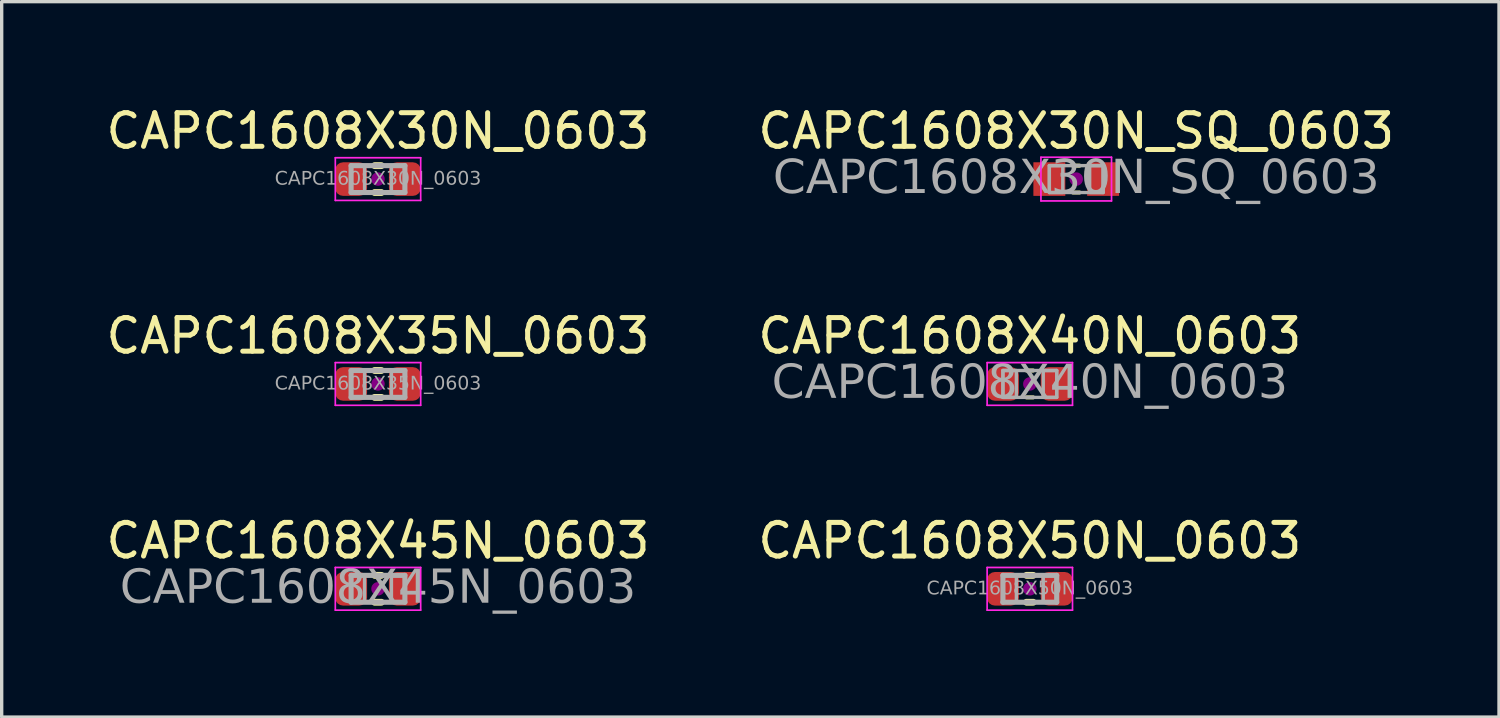
<source format=kicad_pcb>
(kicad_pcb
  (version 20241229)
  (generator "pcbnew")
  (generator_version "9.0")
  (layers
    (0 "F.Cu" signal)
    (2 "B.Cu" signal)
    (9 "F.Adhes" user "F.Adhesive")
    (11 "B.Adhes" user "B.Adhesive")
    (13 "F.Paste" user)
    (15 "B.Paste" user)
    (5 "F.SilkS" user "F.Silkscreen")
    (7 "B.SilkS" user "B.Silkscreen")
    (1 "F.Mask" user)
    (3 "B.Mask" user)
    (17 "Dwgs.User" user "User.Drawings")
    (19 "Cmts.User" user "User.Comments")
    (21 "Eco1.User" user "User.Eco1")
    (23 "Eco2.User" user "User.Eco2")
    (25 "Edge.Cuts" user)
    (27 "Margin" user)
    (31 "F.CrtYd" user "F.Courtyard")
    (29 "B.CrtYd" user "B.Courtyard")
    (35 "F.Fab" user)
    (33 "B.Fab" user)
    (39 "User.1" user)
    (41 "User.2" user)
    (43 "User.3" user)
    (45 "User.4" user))
  (footprint "CAPC1608X40N_0603"
    (layer "F.Cu")
    (at 27.589 8.373)
    (property "Reference" "CAPC1608X40N_0603" (at 0 -1.43 0) (layer "F.SilkS") (effects (font (size 1 1) (thickness 0.15))))
    (attr smd)
    (fp_line (start -0.1 -0.4) (end 0.1 -0.4) (stroke (width 0.12) (type solid)) (layer "F.SilkS"))
    (fp_line (start -0.1 0.4) (end 0.1 0.4) (stroke (width 0.12) (type solid)) (layer "F.SilkS"))
    (fp_circle (center 0 0) (end 0.2 0) (stroke (width 0) (type solid)) (fill yes) (layer "F.Adhes"))
    (fp_line (start -1.27 -0.635) (end 1.27 -0.635) (stroke (width 0.05) (type solid)) (layer "F.CrtYd"))
    (fp_line (start -1.27 0.635) (end -1.27 -0.635) (stroke (width 0.05) (type solid)) (layer "F.CrtYd"))
    (fp_line (start 1.27 -0.635) (end 1.27 0.635) (stroke (width 0.05) (type solid)) (layer "F.CrtYd"))
    (fp_line (start 1.27 0.635) (end -1.27 0.635) (stroke (width 0.05) (type solid)) (layer "F.CrtYd"))
    (fp_line (start -0.8 -0.4) (end 0.8 -0.4) (stroke (width 0.1) (type solid)) (layer "F.Fab"))
    (fp_line (start -0.8 0.4) (end -0.8 -0.4) (stroke (width 0.1) (type solid)) (layer "F.Fab"))
    (fp_line (start 0.8 -0.4) (end 0.8 0.4) (stroke (width 0.1) (type solid)) (layer "F.Fab"))
    (fp_line (start 0.8 0.4) (end -0.8 0.4) (stroke (width 0.1) (type solid)) (layer "F.Fab"))
    (fp_rect (start -0.8 -0.4) (end -0.4 0.4) (stroke (width 0.1) (type solid)) (fill no) (layer "F.Fab"))
    (fp_rect (start 0.8 0.4) (end 0.4 -0.4) (stroke (width 0.1) (type solid)) (fill no) (layer "F.Fab"))
    (fp_text user "${REFERENCE}" (at 0 0 0) (layer "F.Fab") (effects (font (face "Tahoma") (size 1 1) (thickness 0.15))))
    (pad "1" smd roundrect (at -0.8 0) (size 0.95 1) (layers "F.Cu" "F.Mask" "F.Paste") (roundrect_rratio 0.25))
    (pad "2" smd roundrect (at 0.8 0) (size 0.95 1) (layers "F.Cu" "F.Mask" "F.Paste") (roundrect_rratio 0.25)))
  (footprint "CAPC1608X30N_0603"
    (layer "F.Cu")
    (at 8.196 2.278)
    (property "Reference" "CAPC1608X30N_0603" (at 0 -1.43 0) (layer "F.SilkS") (effects (font (size 1 1) (thickness 0.15))))
    (attr smd)
    (fp_line (start -0.1 -0.4) (end 0.1 -0.4) (stroke (width 0.203) (type solid)) (layer "F.SilkS"))
    (fp_line (start -0.1 0.4) (end 0.1 0.4) (stroke (width 0.203) (type solid)) (layer "F.SilkS"))
    (fp_circle (center 0 0) (end 0.2 0) (stroke (width 0) (type solid)) (fill yes) (layer "F.Adhes"))
    (fp_line (start -1.27 -0.635) (end 1.27 -0.635) (stroke (width 0.05) (type solid)) (layer "F.CrtYd"))
    (fp_line (start -1.27 0.635) (end -1.27 -0.635) (stroke (width 0.05) (type solid)) (layer "F.CrtYd"))
    (fp_line (start 1.27 -0.635) (end 1.27 0.635) (stroke (width 0.05) (type solid)) (layer "F.CrtYd"))
    (fp_line (start 1.27 0.635) (end -1.27 0.635) (stroke (width 0.05) (type solid)) (layer "F.CrtYd"))
    (fp_line (start -0.8 -0.4) (end 0.8 -0.4) (stroke (width 0.152) (type solid)) (layer "F.Fab"))
    (fp_line (start -0.8 0.4) (end -0.8 -0.4) (stroke (width 0.152) (type solid)) (layer "F.Fab"))
    (fp_line (start 0.8 -0.4) (end 0.8 0.4) (stroke (width 0.152) (type solid)) (layer "F.Fab"))
    (fp_line (start 0.8 0.4) (end -0.8 0.4) (stroke (width 0.152) (type solid)) (layer "F.Fab"))
    (fp_rect (start -0.8 -0.4) (end -0.4 0.4) (stroke (width 0.1) (type solid)) (fill no) (layer "F.Fab"))
    (fp_rect (start 0.8 0.4) (end 0.4 -0.4) (stroke (width 0.1) (type solid)) (fill no) (layer "F.Fab"))
    (fp_text user "${REFERENCE}" (at 0 0 0) (layer "F.Fab") (effects (font (face "Tahoma") (size 0.4 0.4) (thickness 0.06))))
    (pad "1" smd roundrect (at -0.8 0) (size 0.95 1) (layers "F.Cu" "F.Mask" "F.Paste") (roundrect_rratio 0.25))
    (pad "2" smd roundrect (at 0.8 0) (size 0.95 1) (layers "F.Cu" "F.Mask" "F.Paste") (roundrect_rratio 0.25)))
  (footprint "CAPC1608X45N_0603"
    (layer "F.Cu")
    (at 8.196 14.468)
    (property "Reference" "CAPC1608X45N_0603" (at 0 -1.43 0) (layer "F.SilkS") (effects (font (size 1 1) (thickness 0.15))))
    (attr smd)
    (fp_line (start -0.1 -0.4) (end 0.1 -0.4) (stroke (width 0.203) (type solid)) (layer "F.SilkS"))
    (fp_line (start -0.1 0.4) (end 0.1 0.4) (stroke (width 0.203) (type solid)) (layer "F.SilkS"))
    (fp_circle (center 0 0) (end 0.2 0) (stroke (width 0) (type solid)) (fill yes) (layer "F.Adhes"))
    (fp_line (start -1.27 -0.635) (end 1.27 -0.635) (stroke (width 0.05) (type solid)) (layer "F.CrtYd"))
    (fp_line (start -1.27 0.635) (end -1.27 -0.635) (stroke (width 0.05) (type solid)) (layer "F.CrtYd"))
    (fp_line (start 1.27 -0.635) (end 1.27 0.635) (stroke (width 0.05) (type solid)) (layer "F.CrtYd"))
    (fp_line (start 1.27 0.635) (end -1.27 0.635) (stroke (width 0.05) (type solid)) (layer "F.CrtYd"))
    (fp_line (start -0.8 -0.4) (end 0.8 -0.4) (stroke (width 0.152) (type solid)) (layer "F.Fab"))
    (fp_line (start -0.8 0.4) (end -0.8 -0.4) (stroke (width 0.152) (type solid)) (layer "F.Fab"))
    (fp_line (start 0.8 -0.4) (end 0.8 0.4) (stroke (width 0.152) (type solid)) (layer "F.Fab"))
    (fp_line (start 0.8 0.4) (end -0.8 0.4) (stroke (width 0.152) (type solid)) (layer "F.Fab"))
    (fp_rect (start -0.8 -0.4) (end -0.4 0.4) (stroke (width 0.1) (type solid)) (fill no) (layer "F.Fab"))
    (fp_rect (start 0.8 0.4) (end 0.4 -0.4) (stroke (width 0.1) (type solid)) (fill no) (layer "F.Fab"))
    (fp_text user "${REFERENCE}" (at 0 0 0) (layer "F.Fab") (effects (font (face "Tahoma") (size 1 1) (thickness 0.15))))
    (pad "1" smd roundrect (at -0.8 0) (size 0.95 1) (layers "F.Cu" "F.Mask" "F.Paste") (roundrect_rratio 0.25))
    (pad "2" smd roundrect (at 0.8 0) (size 0.95 1) (layers "F.Cu" "F.Mask" "F.Paste") (roundrect_rratio 0.25)))
  (footprint "CAPC1608X35N_0603"
    (layer "F.Cu")
    (at 8.196 8.373)
    (property "Reference" "CAPC1608X35N_0603" (at 0 -1.43 0) (layer "F.SilkS") (effects (font (size 1 1) (thickness 0.15))))
    (attr smd)
    (fp_line (start -0.1 -0.4) (end 0.1 -0.4) (stroke (width 0.203) (type solid)) (layer "F.SilkS"))
    (fp_line (start -0.1 0.4) (end 0.1 0.4) (stroke (width 0.203) (type solid)) (layer "F.SilkS"))
    (fp_circle (center 0 0) (end 0.2 0) (stroke (width 0) (type solid)) (fill yes) (layer "F.Adhes"))
    (fp_line (start -1.27 -0.635) (end 1.27 -0.635) (stroke (width 0.05) (type solid)) (layer "F.CrtYd"))
    (fp_line (start -1.27 0.635) (end -1.27 -0.635) (stroke (width 0.05) (type solid)) (layer "F.CrtYd"))
    (fp_line (start 1.27 -0.635) (end 1.27 0.635) (stroke (width 0.05) (type solid)) (layer "F.CrtYd"))
    (fp_line (start 1.27 0.635) (end -1.27 0.635) (stroke (width 0.05) (type solid)) (layer "F.CrtYd"))
    (fp_line (start -0.8 -0.4) (end 0.8 -0.4) (stroke (width 0.152) (type solid)) (layer "F.Fab"))
    (fp_line (start -0.8 0.4) (end -0.8 -0.4) (stroke (width 0.152) (type solid)) (layer "F.Fab"))
    (fp_line (start 0.8 -0.4) (end 0.8 0.4) (stroke (width 0.152) (type solid)) (layer "F.Fab"))
    (fp_line (start 0.8 0.4) (end -0.8 0.4) (stroke (width 0.152) (type solid)) (layer "F.Fab"))
    (fp_rect (start -0.8 -0.4) (end -0.4 0.4) (stroke (width 0.1) (type solid)) (fill no) (layer "F.Fab"))
    (fp_rect (start 0.8 0.4) (end 0.4 -0.4) (stroke (width 0.1) (type solid)) (fill no) (layer "F.Fab"))
    (fp_text user "${REFERENCE}" (at 0 0 0) (layer "F.Fab") (effects (font (face "Tahoma") (size 0.4 0.4) (thickness 0.06))))
    (pad "1" smd roundrect (at -0.8 0) (size 0.95 1) (layers "F.Cu" "F.Mask" "F.Paste") (roundrect_rratio 0.25))
    (pad "2" smd roundrect (at 0.8 0) (size 0.95 1) (layers "F.Cu" "F.Mask" "F.Paste") (roundrect_rratio 0.25)))
  (footprint "CAPC1608X50N_0603"
    (layer "F.Cu")
    (at 27.589 14.468)
    (property "Reference" "CAPC1608X50N_0603" (at 0 -1.43 0) (layer "F.SilkS") (effects (font (size 1 1) (thickness 0.15))))
    (attr smd)
    (fp_line (start -0.1 -0.4) (end 0.1 -0.4) (stroke (width 0.203) (type solid)) (layer "F.SilkS"))
    (fp_line (start -0.1 0.4) (end 0.1 0.4) (stroke (width 0.203) (type solid)) (layer "F.SilkS"))
    (fp_circle (center 0 0) (end 0.2 0) (stroke (width 0) (type solid)) (fill yes) (layer "F.Adhes"))
    (fp_line (start -1.27 -0.635) (end 1.27 -0.635) (stroke (width 0.05) (type solid)) (layer "F.CrtYd"))
    (fp_line (start -1.27 0.635) (end -1.27 -0.635) (stroke (width 0.05) (type solid)) (layer "F.CrtYd"))
    (fp_line (start 1.27 -0.635) (end 1.27 0.635) (stroke (width 0.05) (type solid)) (layer "F.CrtYd"))
    (fp_line (start 1.27 0.635) (end -1.27 0.635) (stroke (width 0.05) (type solid)) (layer "F.CrtYd"))
    (fp_line (start -0.8 -0.4) (end 0.8 -0.4) (stroke (width 0.152) (type solid)) (layer "F.Fab"))
    (fp_line (start -0.8 0.4) (end -0.8 -0.4) (stroke (width 0.152) (type solid)) (layer "F.Fab"))
    (fp_line (start 0.8 -0.4) (end 0.8 0.4) (stroke (width 0.152) (type solid)) (layer "F.Fab"))
    (fp_line (start 0.8 0.4) (end -0.8 0.4) (stroke (width 0.152) (type solid)) (layer "F.Fab"))
    (fp_rect (start -0.8 -0.4) (end -0.4 0.4) (stroke (width 0.1) (type solid)) (fill no) (layer "F.Fab"))
    (fp_rect (start 0.8 0.4) (end 0.4 -0.4) (stroke (width 0.1) (type solid)) (fill no) (layer "F.Fab"))
    (fp_text user "${REFERENCE}" (at 0 0 0) (layer "F.Fab") (effects (font (face "Tahoma") (size 0.4 0.4) (thickness 0.06))))
    (pad "1" smd roundrect (at -0.8 0) (size 0.95 1) (layers "F.Cu" "F.Mask" "F.Paste") (roundrect_rratio 0.25))
    (pad "2" smd roundrect (at 0.8 0) (size 0.95 1) (layers "F.Cu" "F.Mask" "F.Paste") (roundrect_rratio 0.25)))
  (footprint "CAPC1608X30N_SQ_0603"
    (layer "F.Cu")
    (at 28.97 2.278)
    (property "Reference" "CAPC1608X30N_SQ_0603" (at 0 -1.43 0) (layer "F.SilkS") (effects (font (size 1 1) (thickness 0.15))))
    (attr smd)
    (fp_line (start -0.1 -0.4) (end 0.1 -0.4) (stroke (width 0.12) (type solid)) (layer "F.SilkS"))
    (fp_line (start -0.1 0.4) (end 0.1 0.4) (stroke (width 0.12) (type solid)) (layer "F.SilkS"))
    (fp_circle (center 0 0) (end 0.2 0) (stroke (width 0) (type solid)) (fill yes) (layer "F.Adhes"))
    (fp_line (start -1.05 -0.65) (end 1.05 -0.65) (stroke (width 0.05) (type solid)) (layer "F.CrtYd"))
    (fp_line (start -1.05 0.65) (end -1.05 -0.65) (stroke (width 0.05) (type solid)) (layer "F.CrtYd"))
    (fp_line (start 1.05 -0.65) (end 1.05 0.65) (stroke (width 0.05) (type solid)) (layer "F.CrtYd"))
    (fp_line (start 1.05 0.65) (end -1.05 0.65) (stroke (width 0.05) (type solid)) (layer "F.CrtYd"))
    (fp_line (start -0.8 -0.4) (end 0.8 -0.4) (stroke (width 0.1) (type solid)) (layer "F.Fab"))
    (fp_line (start -0.8 0.4) (end -0.8 -0.4) (stroke (width 0.1) (type solid)) (layer "F.Fab"))
    (fp_line (start 0.8 -0.4) (end 0.8 0.4) (stroke (width 0.1) (type solid)) (layer "F.Fab"))
    (fp_line (start 0.8 0.4) (end -0.8 0.4) (stroke (width 0.1) (type solid)) (layer "F.Fab"))
    (fp_rect (start -0.8 -0.4) (end -0.4 0.4) (stroke (width 0.1) (type solid)) (fill no) (layer "F.Fab"))
    (fp_rect (start 0.8 0.4) (end 0.4 -0.4) (stroke (width 0.1) (type solid)) (fill no) (layer "F.Fab"))
    (fp_text user "${REFERENCE}" (at 0 0 0) (layer "F.Fab") (effects (font (face "Tahoma") (size 1 1) (thickness 0.15))))
    (pad "1" smd rect (at -0.8 0) (size 0.95 1) (layers "F.Cu" "F.Mask" "F.Paste"))
    (pad "2" smd rect (at 0.8 0) (size 0.95 1) (layers "F.Cu" "F.Mask" "F.Paste")))
  (gr_rect
    (start -3 -3)
    (end 41.548 18.285)
    (stroke (width 0.1) (type default))
    (fill no)
    (layer "Edge.Cuts")))
</source>
